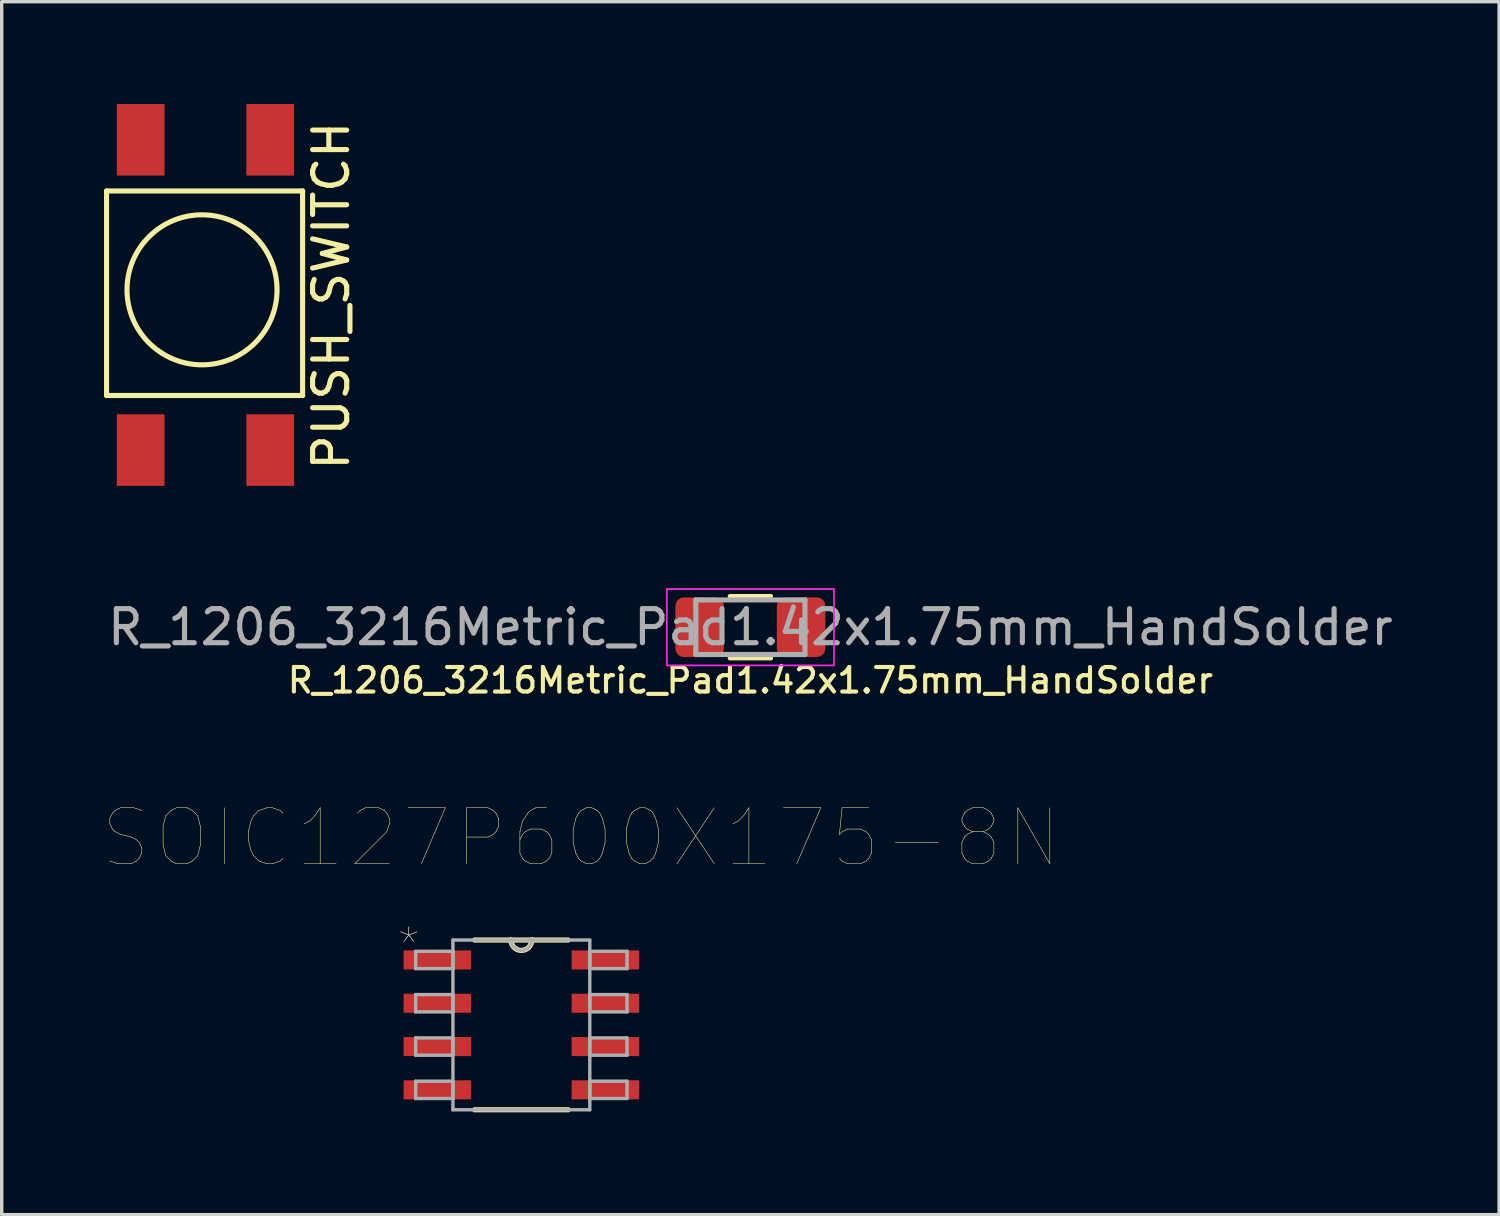
<source format=kicad_pcb>
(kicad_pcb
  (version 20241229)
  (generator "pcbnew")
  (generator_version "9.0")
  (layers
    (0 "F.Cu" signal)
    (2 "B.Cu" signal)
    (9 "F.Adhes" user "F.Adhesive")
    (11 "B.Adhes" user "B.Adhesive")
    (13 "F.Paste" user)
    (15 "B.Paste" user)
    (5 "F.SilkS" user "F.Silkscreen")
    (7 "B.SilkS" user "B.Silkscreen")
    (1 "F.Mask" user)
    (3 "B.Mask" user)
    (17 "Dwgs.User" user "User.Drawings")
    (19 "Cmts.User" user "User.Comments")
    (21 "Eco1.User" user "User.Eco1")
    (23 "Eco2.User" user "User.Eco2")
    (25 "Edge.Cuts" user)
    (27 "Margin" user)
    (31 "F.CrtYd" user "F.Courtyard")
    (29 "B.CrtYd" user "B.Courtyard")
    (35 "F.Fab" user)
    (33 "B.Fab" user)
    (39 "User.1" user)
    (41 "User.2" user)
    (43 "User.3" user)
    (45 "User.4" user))
  (footprint "SOIC127P600X175-8N"
    (layer "F.Cu")
    (at 12.241 27.009)
    (property "Reference" "SOIC127P600X175-8N" (at 1.753 -5.486 0) (layer "F.SilkS") (effects (font (size 1.64 1.64) (thickness 0.015))))
    (attr through_hole)
    (fp_line (start -1.372 2.489) (end 1.372 2.489) (stroke (width 0.152) (type solid)) (layer "F.SilkS"))
    (fp_line (start -0.305 -2.489) (end -1.372 -2.489) (stroke (width 0.152) (type solid)) (layer "F.SilkS"))
    (fp_line (start 0.305 -2.489) (end -0.305 -2.489) (stroke (width 0.152) (type solid)) (layer "F.SilkS"))
    (fp_line (start 1.372 -2.489) (end 0.305 -2.489) (stroke (width 0.152) (type solid)) (layer "F.SilkS"))
    (fp_arc (start 0.3048 -2.4892) (mid 0 -2.1844) (end -0.3048 -2.4892) (stroke (width 0.1524) (type solid)) (layer "F.SilkS"))
    (fp_line (start -3.099 -2.159) (end -3.099 -1.651) (stroke (width 0.1) (type solid)) (layer "F.Fab"))
    (fp_line (start -3.099 -1.651) (end -2.007 -1.651) (stroke (width 0.1) (type solid)) (layer "F.Fab"))
    (fp_line (start -3.099 -0.889) (end -3.099 -0.381) (stroke (width 0.1) (type solid)) (layer "F.Fab"))
    (fp_line (start -3.099 -0.381) (end -2.007 -0.381) (stroke (width 0.1) (type solid)) (layer "F.Fab"))
    (fp_line (start -3.099 0.381) (end -3.099 0.889) (stroke (width 0.1) (type solid)) (layer "F.Fab"))
    (fp_line (start -3.099 0.889) (end -2.007 0.889) (stroke (width 0.1) (type solid)) (layer "F.Fab"))
    (fp_line (start -3.099 1.651) (end -3.099 2.159) (stroke (width 0.1) (type solid)) (layer "F.Fab"))
    (fp_line (start -3.099 2.159) (end -2.007 2.159) (stroke (width 0.1) (type solid)) (layer "F.Fab"))
    (fp_line (start -2.007 -2.489) (end -2.007 2.489) (stroke (width 0.1) (type solid)) (layer "F.Fab"))
    (fp_line (start -2.007 -2.159) (end -3.099 -2.159) (stroke (width 0.1) (type solid)) (layer "F.Fab"))
    (fp_line (start -2.007 -1.651) (end -2.007 -2.159) (stroke (width 0.1) (type solid)) (layer "F.Fab"))
    (fp_line (start -2.007 -0.889) (end -3.099 -0.889) (stroke (width 0.1) (type solid)) (layer "F.Fab"))
    (fp_line (start -2.007 -0.381) (end -2.007 -0.889) (stroke (width 0.1) (type solid)) (layer "F.Fab"))
    (fp_line (start -2.007 0.381) (end -3.099 0.381) (stroke (width 0.1) (type solid)) (layer "F.Fab"))
    (fp_line (start -2.007 0.889) (end -2.007 0.381) (stroke (width 0.1) (type solid)) (layer "F.Fab"))
    (fp_line (start -2.007 1.651) (end -3.099 1.651) (stroke (width 0.1) (type solid)) (layer "F.Fab"))
    (fp_line (start -2.007 2.159) (end -2.007 1.651) (stroke (width 0.1) (type solid)) (layer "F.Fab"))
    (fp_line (start -2.007 2.489) (end 2.007 2.489) (stroke (width 0.1) (type solid)) (layer "F.Fab"))
    (fp_line (start -0.305 -2.489) (end -2.007 -2.489) (stroke (width 0.1) (type solid)) (layer "F.Fab"))
    (fp_line (start 0.305 -2.489) (end -0.305 -2.489) (stroke (width 0.1) (type solid)) (layer "F.Fab"))
    (fp_line (start 2.007 -2.489) (end 0.305 -2.489) (stroke (width 0.1) (type solid)) (layer "F.Fab"))
    (fp_line (start 2.007 -2.159) (end 2.007 -1.651) (stroke (width 0.1) (type solid)) (layer "F.Fab"))
    (fp_line (start 2.007 -1.651) (end 3.099 -1.651) (stroke (width 0.1) (type solid)) (layer "F.Fab"))
    (fp_line (start 2.007 -0.889) (end 2.007 -0.381) (stroke (width 0.1) (type solid)) (layer "F.Fab"))
    (fp_line (start 2.007 -0.381) (end 3.099 -0.381) (stroke (width 0.1) (type solid)) (layer "F.Fab"))
    (fp_line (start 2.007 0.381) (end 2.007 0.889) (stroke (width 0.1) (type solid)) (layer "F.Fab"))
    (fp_line (start 2.007 0.889) (end 3.099 0.889) (stroke (width 0.1) (type solid)) (layer "F.Fab"))
    (fp_line (start 2.007 1.651) (end 2.007 2.159) (stroke (width 0.1) (type solid)) (layer "F.Fab"))
    (fp_line (start 2.007 2.159) (end 3.099 2.159) (stroke (width 0.1) (type solid)) (layer "F.Fab"))
    (fp_line (start 2.007 2.489) (end 2.007 -2.489) (stroke (width 0.1) (type solid)) (layer "F.Fab"))
    (fp_line (start 3.099 -2.159) (end 2.007 -2.159) (stroke (width 0.1) (type solid)) (layer "F.Fab"))
    (fp_line (start 3.099 -1.651) (end 3.099 -2.159) (stroke (width 0.1) (type solid)) (layer "F.Fab"))
    (fp_line (start 3.099 -0.889) (end 2.007 -0.889) (stroke (width 0.1) (type solid)) (layer "F.Fab"))
    (fp_line (start 3.099 -0.381) (end 3.099 -0.889) (stroke (width 0.1) (type solid)) (layer "F.Fab"))
    (fp_line (start 3.099 0.381) (end 2.007 0.381) (stroke (width 0.1) (type solid)) (layer "F.Fab"))
    (fp_line (start 3.099 0.889) (end 3.099 0.381) (stroke (width 0.1) (type solid)) (layer "F.Fab"))
    (fp_line (start 3.099 1.651) (end 2.007 1.651) (stroke (width 0.1) (type solid)) (layer "F.Fab"))
    (fp_line (start 3.099 2.159) (end 3.099 1.651) (stroke (width 0.1) (type solid)) (layer "F.Fab"))
    (fp_arc (start 0.3048 -2.4892) (mid 0 -2.1844) (end -0.3048 -2.4892) (stroke (width 0.1) (type solid)) (layer "F.Fab"))
    (fp_text user "*" (at -3.302 -2.337 0) (layer "F.SilkS") (effects (font (size 1 1) (thickness 0.015))))
    (fp_text user "*" (at -3.302 -2.337 0) (layer "F.Fab") (effects (font (size 1 1) (thickness 0.015))))
    (pad "1" smd rect (at -2.464 -1.905) (size 1.981 0.559) (layers "F.Cu" "F.Mask" "F.Paste"))
    (pad "2" smd rect (at -2.464 -0.635) (size 1.981 0.559) (layers "F.Cu" "F.Mask" "F.Paste"))
    (pad "3" smd rect (at -2.464 0.635) (size 1.981 0.559) (layers "F.Cu" "F.Mask" "F.Paste"))
    (pad "4" smd rect (at -2.464 1.905) (size 1.981 0.559) (layers "F.Cu" "F.Mask" "F.Paste"))
    (pad "5" smd rect (at 2.464 1.905) (size 1.981 0.559) (layers "F.Cu" "F.Mask" "F.Paste"))
    (pad "6" smd rect (at 2.464 0.635) (size 1.981 0.559) (layers "F.Cu" "F.Mask" "F.Paste"))
    (pad "7" smd rect (at 2.464 -0.635) (size 1.981 0.559) (layers "F.Cu" "F.Mask" "F.Paste"))
    (pad "8" smd rect (at 2.464 -1.905) (size 1.981 0.559) (layers "F.Cu" "F.Mask" "F.Paste")))
  (footprint "PUSH_SWITCH"
    (layer "F.Cu")
    (at 1.075 1.05)
    (property "Reference" "PUSH_SWITCH" (at 5.588 4.572 90) (layer "F.SilkS") (effects (font (size 1 1) (thickness 0.15))))
    (attr through_hole)
    (fp_line (start -1 1.5) (end 4.75 1.5) (stroke (width 0.15) (type solid)) (layer "F.SilkS"))
    (fp_line (start -1 7.5) (end -1 1.5) (stroke (width 0.15) (type solid)) (layer "F.SilkS"))
    (fp_line (start 4.75 1.5) (end 4.75 7.5) (stroke (width 0.15) (type solid)) (layer "F.SilkS"))
    (fp_line (start 4.75 7.5) (end -1 7.5) (stroke (width 0.15) (type solid)) (layer "F.SilkS"))
    (fp_circle (center 1.8 4.4) (end 1.8 6.6) (stroke (width 0.15) (type solid)) (fill no) (layer "F.SilkS"))
    (pad "1" smd rect (at 3.8 0) (size 1.4 2.1) (layers "F.Cu" "F.Mask" "F.Paste"))
    (pad "2" smd rect (at 3.8 9.1) (size 1.4 2.1) (layers "F.Cu" "F.Mask" "F.Paste"))
    (pad "3" smd rect (at 0 0) (size 1.4 2.1) (layers "F.Cu" "F.Mask" "F.Paste"))
    (pad "4" smd rect (at 0 9.1) (size 1.4 2.1) (layers "F.Cu" "F.Mask" "F.Paste")))
  (footprint "R_1206_3216Metric_Pad1.42x1.75mm_HandSolder"
    (layer "F.Cu")
    (at 18.958 15.345)
    (property "Reference" "R_1206_3216Metric_Pad1.42x1.75mm_HandSolder" (at 0 1.56 180) (layer "F.SilkS") (effects (font (size 0.72 0.72) (thickness 0.12))))
    (attr smd)
    (fp_line (start -0.602 -0.91) (end 0.602 -0.91) (stroke (width 0.127) (type solid)) (layer "F.SilkS"))
    (fp_line (start -0.602 0.91) (end 0.602 0.91) (stroke (width 0.127) (type solid)) (layer "F.SilkS"))
    (fp_line (start -2.45 -1.12) (end 2.45 -1.12) (stroke (width 0.05) (type solid)) (layer "F.CrtYd"))
    (fp_line (start -2.45 1.12) (end -2.45 -1.12) (stroke (width 0.05) (type solid)) (layer "F.CrtYd"))
    (fp_line (start 2.45 -1.12) (end 2.45 1.12) (stroke (width 0.05) (type solid)) (layer "F.CrtYd"))
    (fp_line (start 2.45 1.12) (end -2.45 1.12) (stroke (width 0.05) (type solid)) (layer "F.CrtYd"))
    (fp_line (start -1.6 -0.8) (end 1.6 -0.8) (stroke (width 0.15) (type solid)) (layer "F.Fab"))
    (fp_line (start -1.6 0.8) (end -1.6 -0.8) (stroke (width 0.15) (type solid)) (layer "F.Fab"))
    (fp_line (start 1.6 -0.8) (end 1.6 0.8) (stroke (width 0.15) (type solid)) (layer "F.Fab"))
    (fp_line (start 1.6 0.8) (end -1.6 0.8) (stroke (width 0.15) (type solid)) (layer "F.Fab"))
    (fp_text user "${REFERENCE}" (at 0 0 180) (layer "F.Fab") (effects (font (size 1 1) (thickness 0.15))))
    (pad "1" smd roundrect (at -1.488 0) (size 1.425 1.75) (layers "F.Cu" "F.Mask" "F.Paste") (roundrect_rratio 0.175))
    (pad "2" smd roundrect (at 1.488 0) (size 1.425 1.75) (layers "F.Cu" "F.Mask" "F.Paste") (roundrect_rratio 0.175)))
  (gr_rect
    (start -3 -3)
    (end 40.917 32.574)
    (stroke (width 0.1) (type default))
    (fill no)
    (layer "Edge.Cuts")))
</source>
